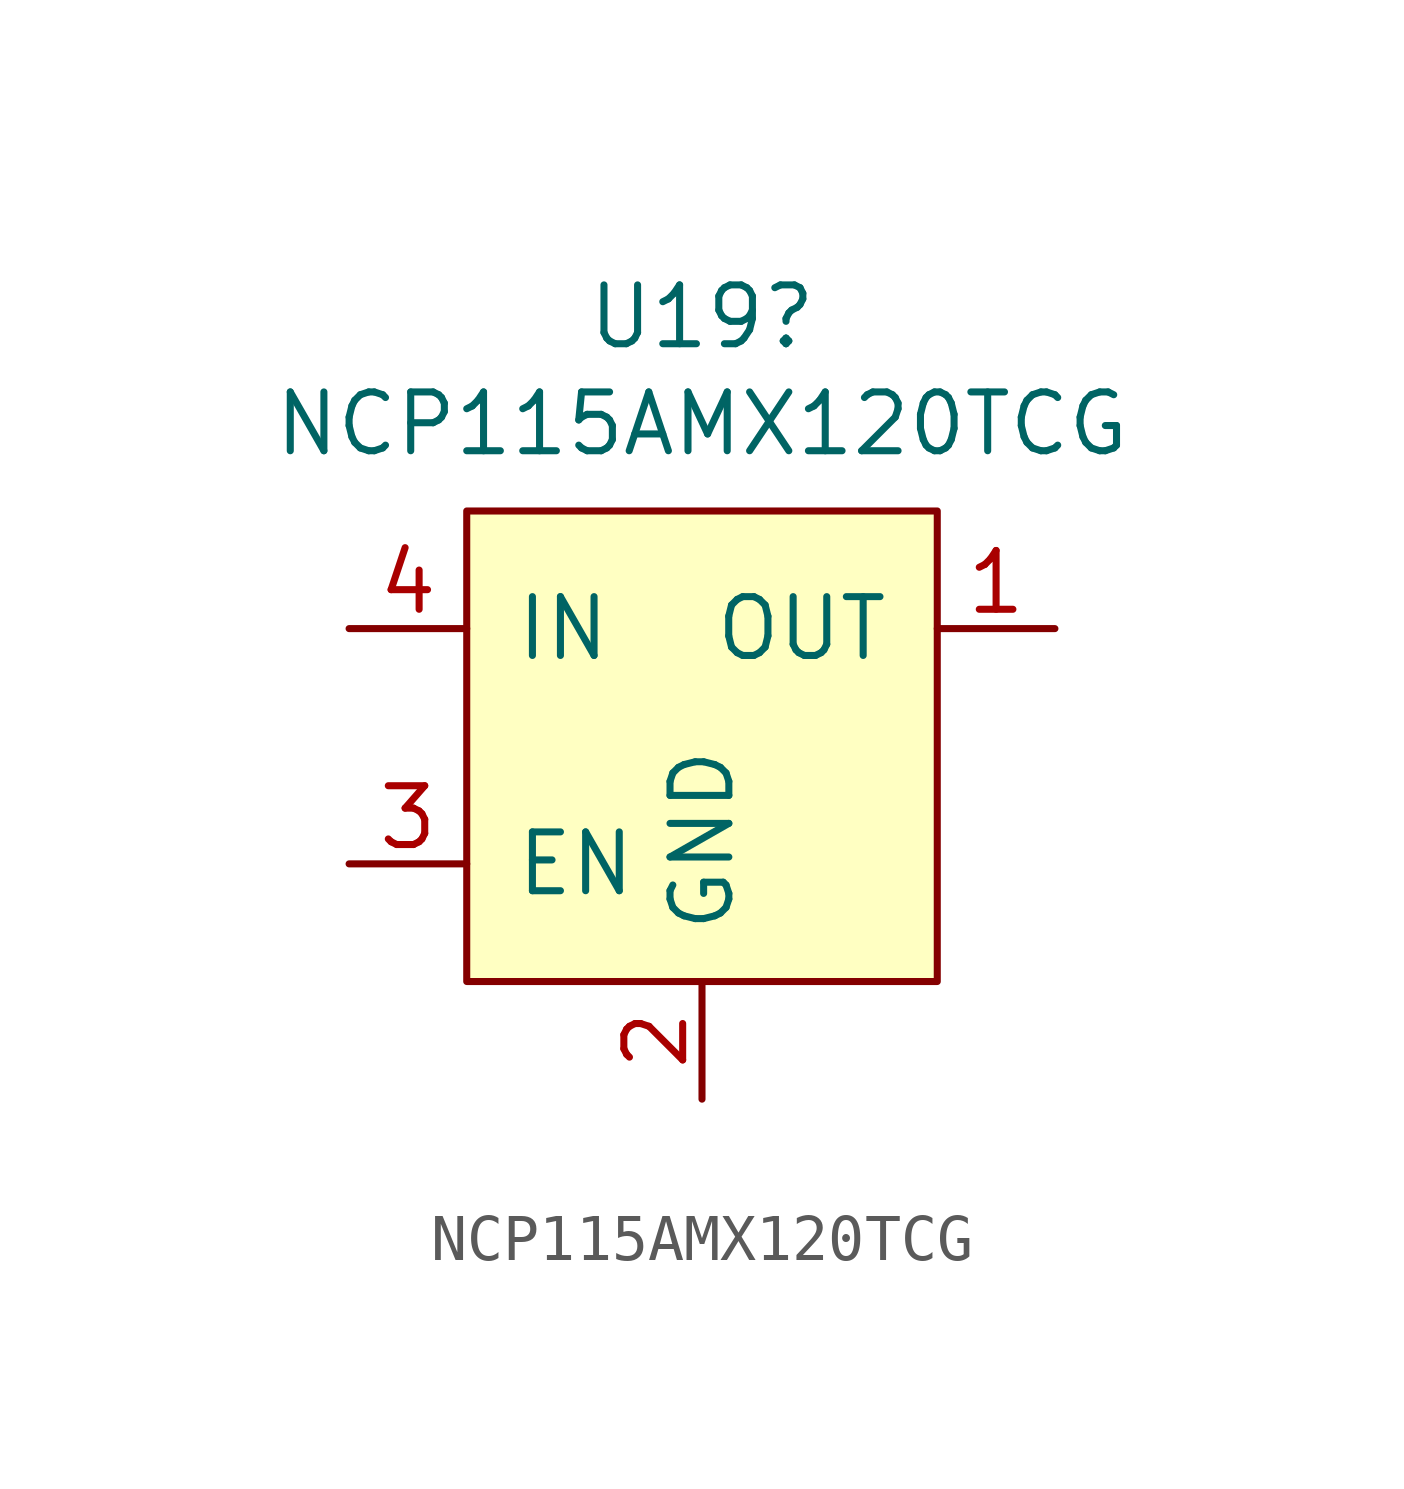
<source format=kicad_sym>
(kicad_symbol_lib
  (version 20220914)
  (generator kicad_symbol_editor)
  (symbol "NCP115AMX120TCG"
    (pin_names
      (offset 1.016))
    (property "Reference" "U19"
      (at 0 9.271 0)
      (effects (font (size 1.27 1.27))))
    (property "Value" "NCP115AMX120TCG"
      (at 0 6.96 0)
      (effects (font (size 1.27 1.27))))
    (symbol "NCP115AMX120TCG_0_0"
      (pin power_out line (at 7.62 2.54 180) (length 2.54) (name "OUT" (effects (font (size 1.27 1.27)))) (number "1" (effects (font (size 1.27 1.27)))))
      (pin power_in line (at 0 -7.62 90) (length 2.54) (name "GND" (effects (font (size 1.27 1.27)))) (number "2" (effects (font (size 1.27 1.27)))))
      (pin input line (at -7.62 -2.54 0) (length 2.54) (name "EN" (effects (font (size 1.27 1.27)))) (number "3" (effects (font (size 1.27 1.27)))))
      (pin power_in line (at -7.62 2.54 0) (length 2.54) (name "IN" (effects (font (size 1.27 1.27)))) (number "4" (effects (font (size 1.27 1.27))))))
    (symbol "NCP115AMX120TCG_0_1"
      (rectangle (start -5.08 5.08) (end 5.08 -5.08) (stroke (width 0) (type default)) (fill (type background))))))
</source>
